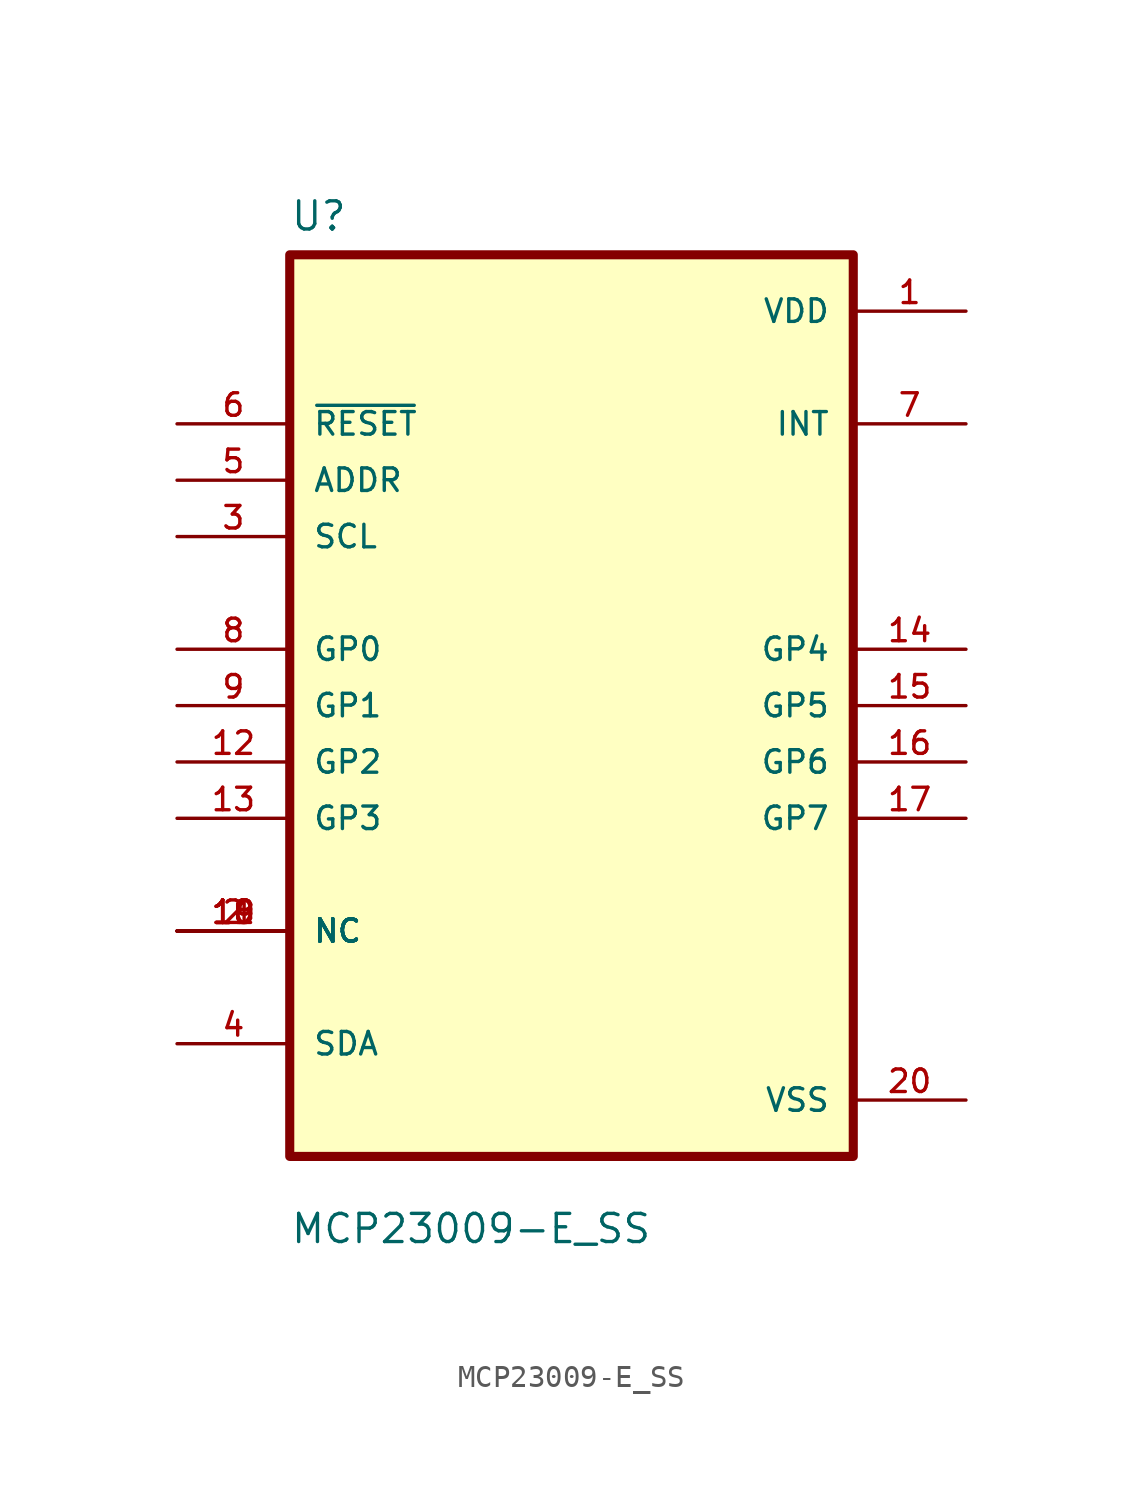
<source format=kicad_sym>
(kicad_symbol_lib
  (version 20211014)
  (generator kicad_symbol_editor)
  (symbol "MCP23009-E_SS"
    (pin_names
      (offset 1.016))
    (property "Reference" "U"
      (at -12.7 21.32 0.0)
      (effects (font (size 1.27 1.27)) (justify bottom left)))
    (property "Value" "MCP23009-E_SS"
      (at -12.7 -24.32 0.0)
      (effects (font (size 1.27 1.27)) (justify bottom left)))
    (symbol "MCP23009-E_SS_0_0"
      (rectangle (start -12.7 -20.32) (end 12.7 20.32) (stroke (width 0.41)) (fill (type background)))
      (pin input line (at -17.78 12.7 0) (length 5.08) (name "~{RESET}" (effects (font (size 1.016 1.016)))) (number "6" (effects (font (size 1.016 1.016)))))
      (pin input line (at -17.78 10.16 0) (length 5.08) (name "ADDR" (effects (font (size 1.016 1.016)))) (number "5" (effects (font (size 1.016 1.016)))))
      (pin input line (at -17.78 7.62 0) (length 5.08) (name "SCL" (effects (font (size 1.016 1.016)))) (number "3" (effects (font (size 1.016 1.016)))))
      (pin bidirectional line (at -17.78 2.54 0) (length 5.08) (name "GP0" (effects (font (size 1.016 1.016)))) (number "8" (effects (font (size 1.016 1.016)))))
      (pin bidirectional line (at -17.78 0.0 0) (length 5.08) (name "GP1" (effects (font (size 1.016 1.016)))) (number "9" (effects (font (size 1.016 1.016)))))
      (pin bidirectional line (at -17.78 -2.54 0) (length 5.08) (name "GP2" (effects (font (size 1.016 1.016)))) (number "12" (effects (font (size 1.016 1.016)))))
      (pin bidirectional line (at -17.78 -5.08 0) (length 5.08) (name "GP3" (effects (font (size 1.016 1.016)))) (number "13" (effects (font (size 1.016 1.016)))))
      (pin bidirectional line (at -17.78 -10.16 0) (length 5.08) (name "NC" (effects (font (size 1.016 1.016)))) (number "2" (effects (font (size 1.016 1.016)))))
      (pin bidirectional line (at -17.78 -10.16 0) (length 5.08) (name "NC" (effects (font (size 1.016 1.016)))) (number "10" (effects (font (size 1.016 1.016)))))
      (pin bidirectional line (at -17.78 -10.16 0) (length 5.08) (name "NC" (effects (font (size 1.016 1.016)))) (number "11" (effects (font (size 1.016 1.016)))))
      (pin bidirectional line (at -17.78 -10.16 0) (length 5.08) (name "NC" (effects (font (size 1.016 1.016)))) (number "18" (effects (font (size 1.016 1.016)))))
      (pin bidirectional line (at -17.78 -10.16 0) (length 5.08) (name "NC" (effects (font (size 1.016 1.016)))) (number "19" (effects (font (size 1.016 1.016)))))
      (pin bidirectional line (at -17.78 -15.24 0) (length 5.08) (name "SDA" (effects (font (size 1.016 1.016)))) (number "4" (effects (font (size 1.016 1.016)))))
      (pin power_in line (at 17.78 17.78 180.0) (length 5.08) (name "VDD" (effects (font (size 1.016 1.016)))) (number "1" (effects (font (size 1.016 1.016)))))
      (pin output line (at 17.78 12.7 180.0) (length 5.08) (name "INT" (effects (font (size 1.016 1.016)))) (number "7" (effects (font (size 1.016 1.016)))))
      (pin bidirectional line (at 17.78 2.54 180.0) (length 5.08) (name "GP4" (effects (font (size 1.016 1.016)))) (number "14" (effects (font (size 1.016 1.016)))))
      (pin bidirectional line (at 17.78 0.0 180.0) (length 5.08) (name "GP5" (effects (font (size 1.016 1.016)))) (number "15" (effects (font (size 1.016 1.016)))))
      (pin bidirectional line (at 17.78 -2.54 180.0) (length 5.08) (name "GP6" (effects (font (size 1.016 1.016)))) (number "16" (effects (font (size 1.016 1.016)))))
      (pin bidirectional line (at 17.78 -5.08 180.0) (length 5.08) (name "GP7" (effects (font (size 1.016 1.016)))) (number "17" (effects (font (size 1.016 1.016)))))
      (pin power_in line (at 17.78 -17.78 180.0) (length 5.08) (name "VSS" (effects (font (size 1.016 1.016)))) (number "20" (effects (font (size 1.016 1.016))))))))
</source>
